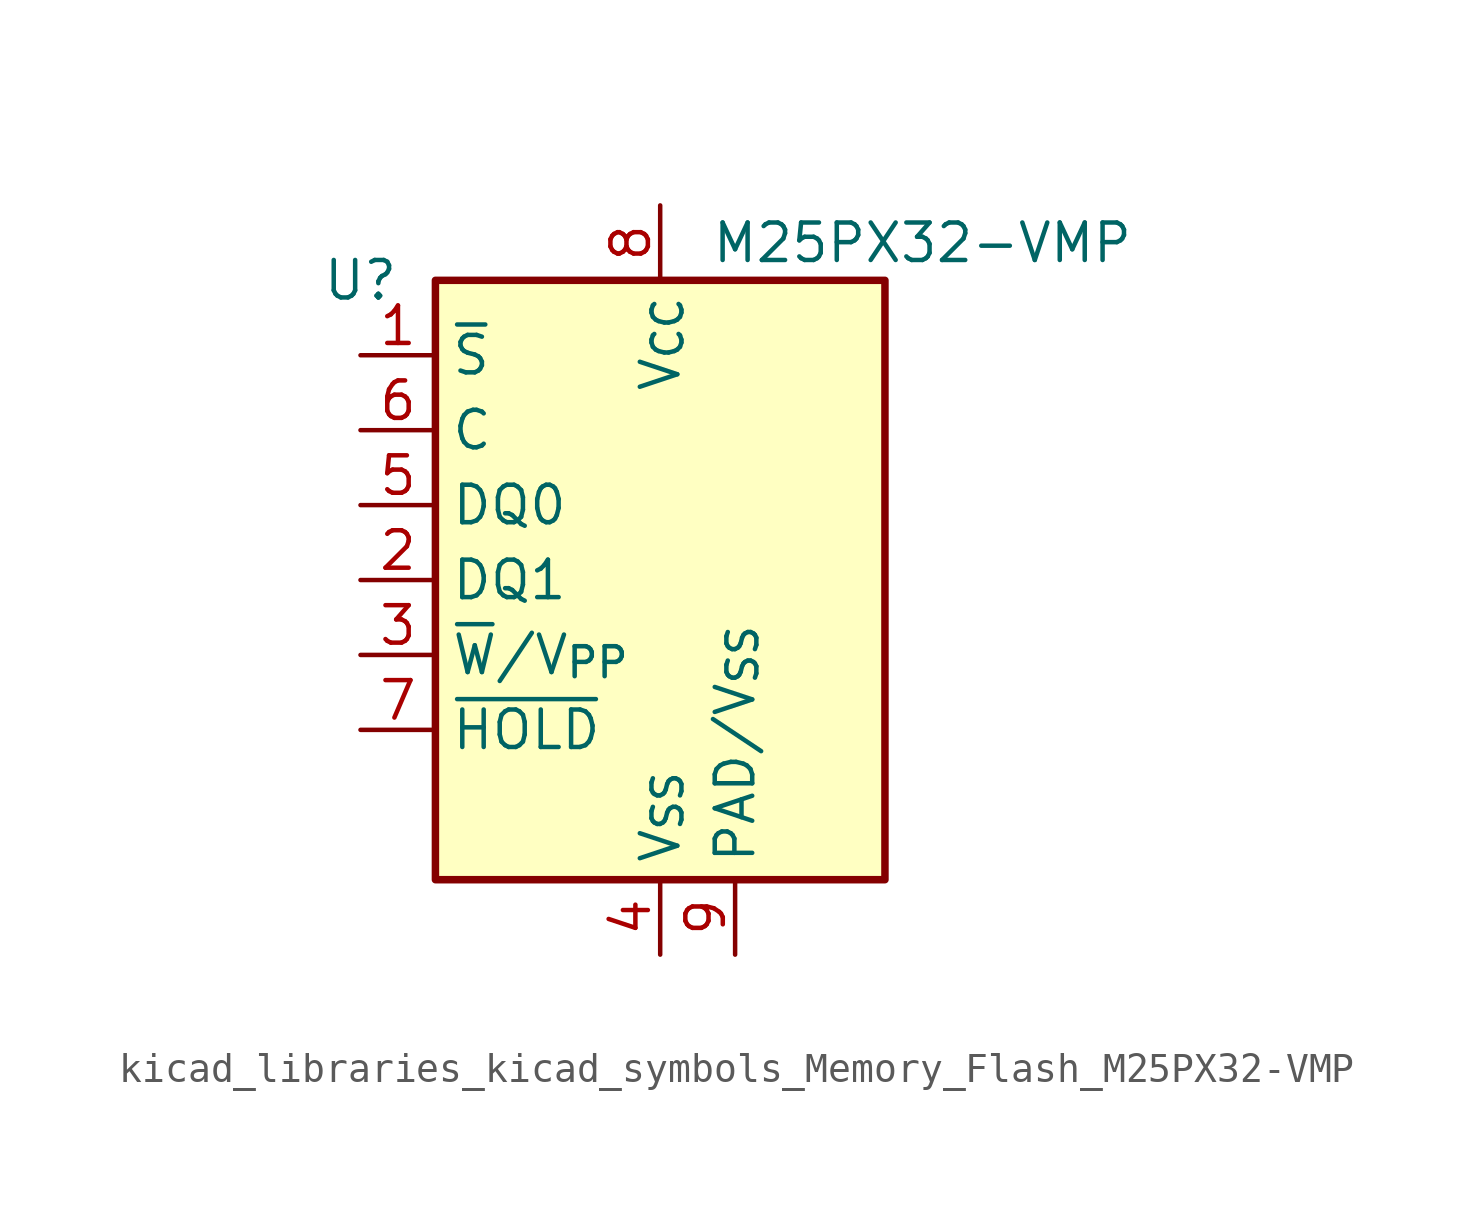
<source format=kicad_sym>
(kicad_symbol_lib
  (version 20220914)
  (generator kicad_symbol_editor)
  (symbol "kicad_libraries_kicad_symbols_Memory_Flash_M25PX32-VMP"
    (property "Reference" "U"
      (at -10.16 10.16 0)
      (effects (font (size 1.27 1.27))))
    (property "Value" "M25PX32-VMP"
      (at 8.89 11.43 0)
      (effects (font (size 1.27 1.27))))
    (symbol "kicad_libraries_kicad_symbols_Memory_Flash_M25PX32-VMP_0_1"
      (rectangle (start -7.62 10.16) (end 7.62 -10.16) (stroke (width 0.254) (type default)) (fill (type background))))
    (symbol "kicad_libraries_kicad_symbols_Memory_Flash_M25PX32-VMP_1_1"
      (pin input line (at -10.16 7.62 0) (length 2.54) (name "~{S}" (effects (font (size 1.27 1.27)))) (number "1" (effects (font (size 1.27 1.27)))))
      (pin bidirectional line (at -10.16 0 0) (length 2.54) (name "DQ1" (effects (font (size 1.27 1.27)))) (number "2" (effects (font (size 1.27 1.27)))))
      (pin input line (at -10.16 -2.54 0) (length 2.54) (name "~{W}/V_{PP}" (effects (font (size 1.27 1.27)))) (number "3" (effects (font (size 1.27 1.27)))))
      (pin power_in line (at 0 -12.7 90) (length 2.54) (name "V_{SS}" (effects (font (size 1.27 1.27)))) (number "4" (effects (font (size 1.27 1.27)))))
      (pin bidirectional line (at -10.16 2.54 0) (length 2.54) (name "DQ0" (effects (font (size 1.27 1.27)))) (number "5" (effects (font (size 1.27 1.27)))))
      (pin input line (at -10.16 5.08 0) (length 2.54) (name "C" (effects (font (size 1.27 1.27)))) (number "6" (effects (font (size 1.27 1.27)))))
      (pin input line (at -10.16 -5.08 0) (length 2.54) (name "~{HOLD}" (effects (font (size 1.27 1.27)))) (number "7" (effects (font (size 1.27 1.27)))))
      (pin power_in line (at 0 12.7 270) (length 2.54) (name "V_{CC}" (effects (font (size 1.27 1.27)))) (number "8" (effects (font (size 1.27 1.27)))))
      (pin power_in line (at 2.54 -12.7 90) (length 2.54) (name "PAD/V_{SS}" (effects (font (size 1.27 1.27)))) (number "9" (effects (font (size 1.27 1.27))))))))
</source>
